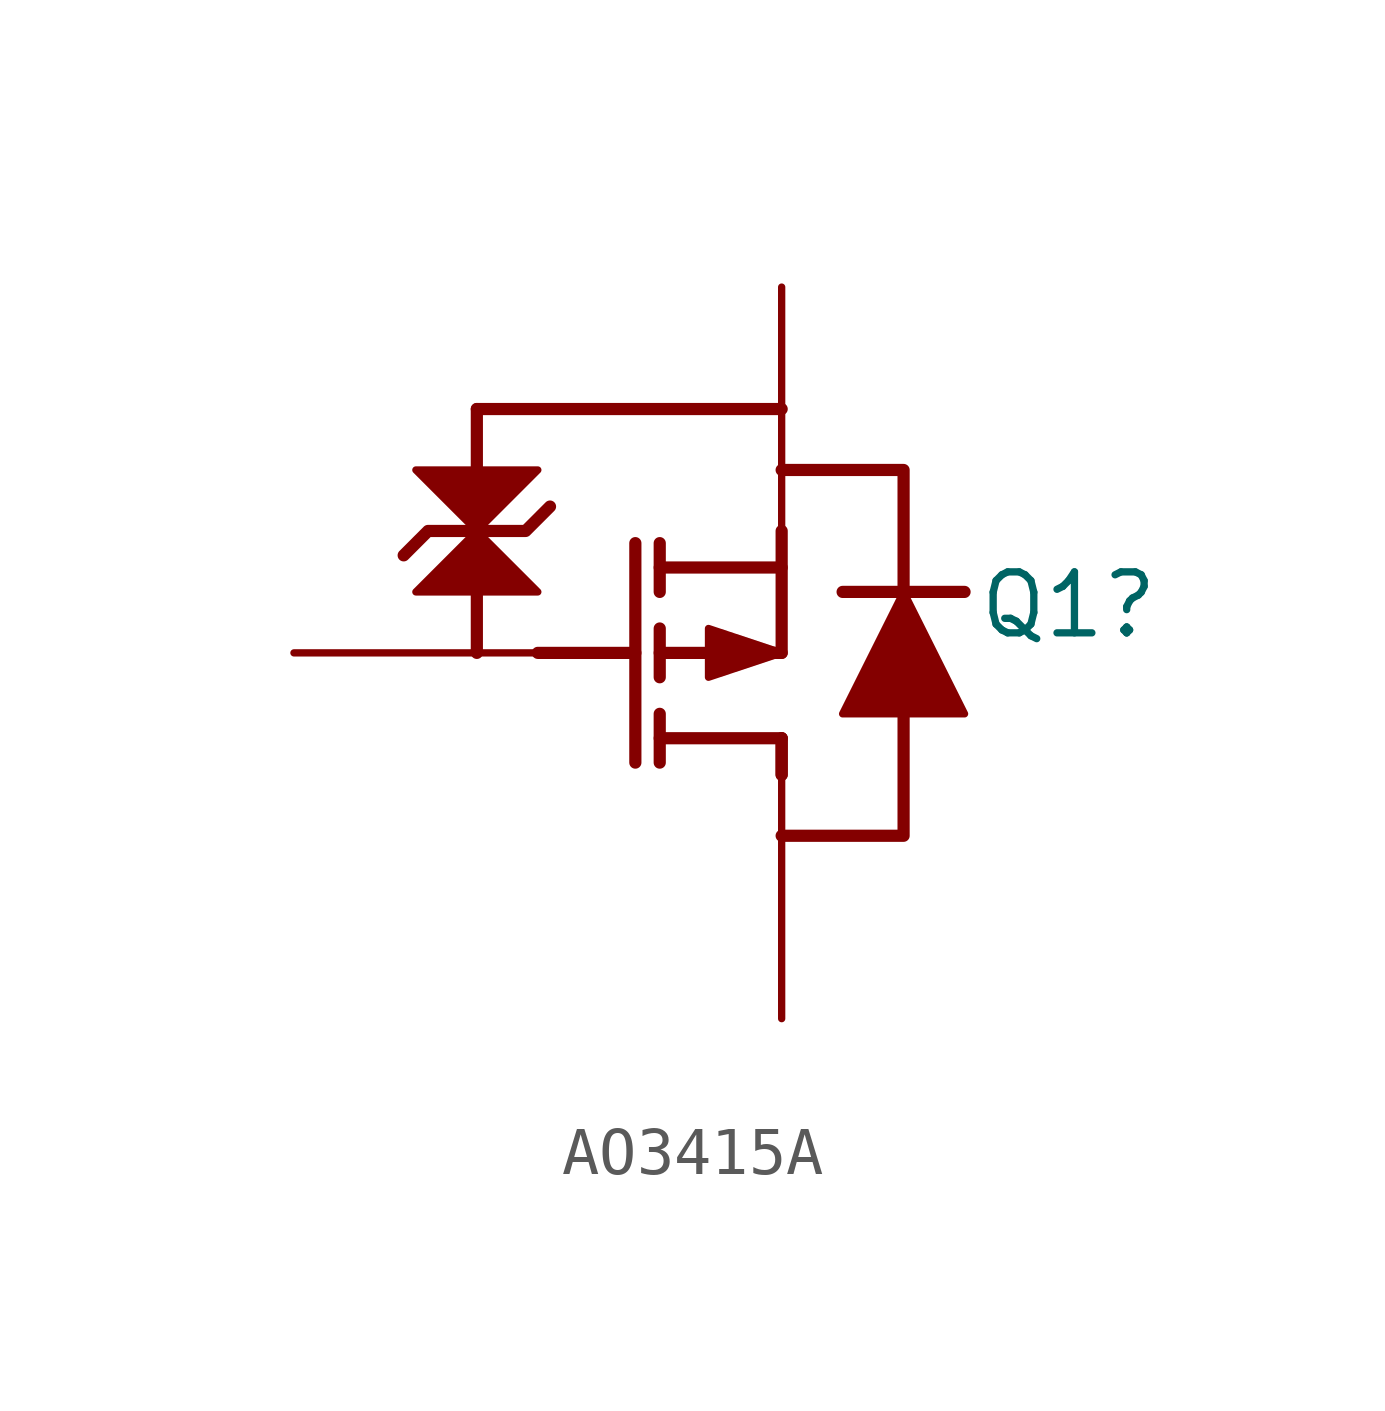
<source format=kicad_sym>
(kicad_symbol_lib
  (version 20211014)
  (generator kicad_symbol_editor)
  (symbol "AO3415A"
    (property "Reference" "Q1"
      (at 7.874 0.254 0)
      (effects (font (size 1.27 1.27)) (justify left bottom)))
    (symbol "AO3415A_1_0"
      (polyline (pts (xy -2.54 0) (xy -2.54 5.08)) (stroke (width 0.254) (type default) (color 0 0 0 0)) (fill (type none)))
      (polyline (pts (xy -2.54 5.08) (xy 3.81 5.08)) (stroke (width 0.254) (type default) (color 0 0 0 0)) (fill (type none)))
      (polyline (pts (xy -1.27 0) (xy 0.762 0)) (stroke (width 0.254) (type default) (color 0 0 0 0)) (fill (type none)))
      (polyline (pts (xy 0.762 -2.286) (xy 0.762 2.286)) (stroke (width 0.254) (type default) (color 0 0 0 0)) (fill (type none)))
      (polyline (pts (xy 1.27 -2.286) (xy 1.27 -1.27)) (stroke (width 0.254) (type default) (color 0 0 0 0)) (fill (type none)))
      (polyline (pts (xy 1.27 0.508) (xy 1.27 -0.508)) (stroke (width 0.254) (type default) (color 0 0 0 0)) (fill (type none)))
      (polyline (pts (xy 1.27 2.286) (xy 1.27 1.27)) (stroke (width 0.254) (type default) (color 0 0 0 0)) (fill (type none)))
      (polyline (pts (xy 3.81 -1.778) (xy 1.27 -1.778)) (stroke (width 0.254) (type default) (color 0 0 0 0)) (fill (type none)))
      (polyline (pts (xy 3.81 -1.778) (xy 3.81 -2.54)) (stroke (width 0.254) (type default) (color 0 0 0 0)) (fill (type none)))
      (polyline (pts (xy 3.81 -1.778) (xy 3.81 -2.54)) (stroke (width 0.254) (type default) (color 0 0 0 0)) (fill (type none)))
      (polyline (pts (xy 3.81 0) (xy 1.27 0)) (stroke (width 0.254) (type default) (color 0 0 0 0)) (fill (type none)))
      (polyline (pts (xy 3.81 0) (xy 3.81 2.54)) (stroke (width 0.254) (type default) (color 0 0 0 0)) (fill (type none)))
      (polyline (pts (xy 3.81 1.778) (xy 1.27 1.778)) (stroke (width 0.254) (type default) (color 0 0 0 0)) (fill (type none)))
      (polyline (pts (xy 5.08 1.27) (xy 7.62 1.27)) (stroke (width 0.254) (type default) (color 0 0 0 0)) (fill (type none)))
      (polyline (pts (xy -4.064 2.032) (xy -3.556 2.54) (xy -1.524 2.54) (xy -1.016 3.048)) (stroke (width 0.254) (type default) (color 0 0 0 0)) (fill (type none)))
      (polyline (pts (xy -3.81 1.27) (xy -1.27 1.27) (xy -2.54 2.54) (xy -3.81 1.27)) (stroke (width 0) (type default) (color 0 0 0 0)) (fill (type outline)))
      (polyline (pts (xy -2.54 2.54) (xy -3.81 3.81) (xy -1.27 3.81) (xy -2.54 2.54)) (stroke (width 0) (type default) (color 0 0 0 0)) (fill (type outline)))
      (polyline (pts (xy 3.81 -3.81) (xy 6.35 -3.81) (xy 6.35 3.81) (xy 3.81 3.81)) (stroke (width 0.254) (type default) (color 0 0 0 0)) (fill (type none)))
      (polyline (pts (xy 3.81 0) (xy 2.286 -0.508) (xy 2.286 0.508) (xy 3.81 0)) (stroke (width 0) (type default) (color 0 0 0 0)) (fill (type outline)))
      (polyline (pts (xy 5.08 -1.27) (xy 7.62 -1.27) (xy 6.35 1.27) (xy 5.08 -1.27)) (stroke (width 0) (type default) (color 0 0 0 0)) (fill (type outline)))
      (pin passive line (at -6.35 0 0) (length 5.08) (name "G" (effects (font (size 0 0)))) (number "1" (effects (font (size 0 0)))))
      (pin passive line (at 3.81 7.62 270) (length 5.08) (name "S" (effects (font (size 0 0)))) (number "2" (effects (font (size 0 0)))))
      (pin passive line (at 3.81 -7.62 90) (length 5.08) (name "D" (effects (font (size 0 0)))) (number "3" (effects (font (size 0 0))))))))
</source>
